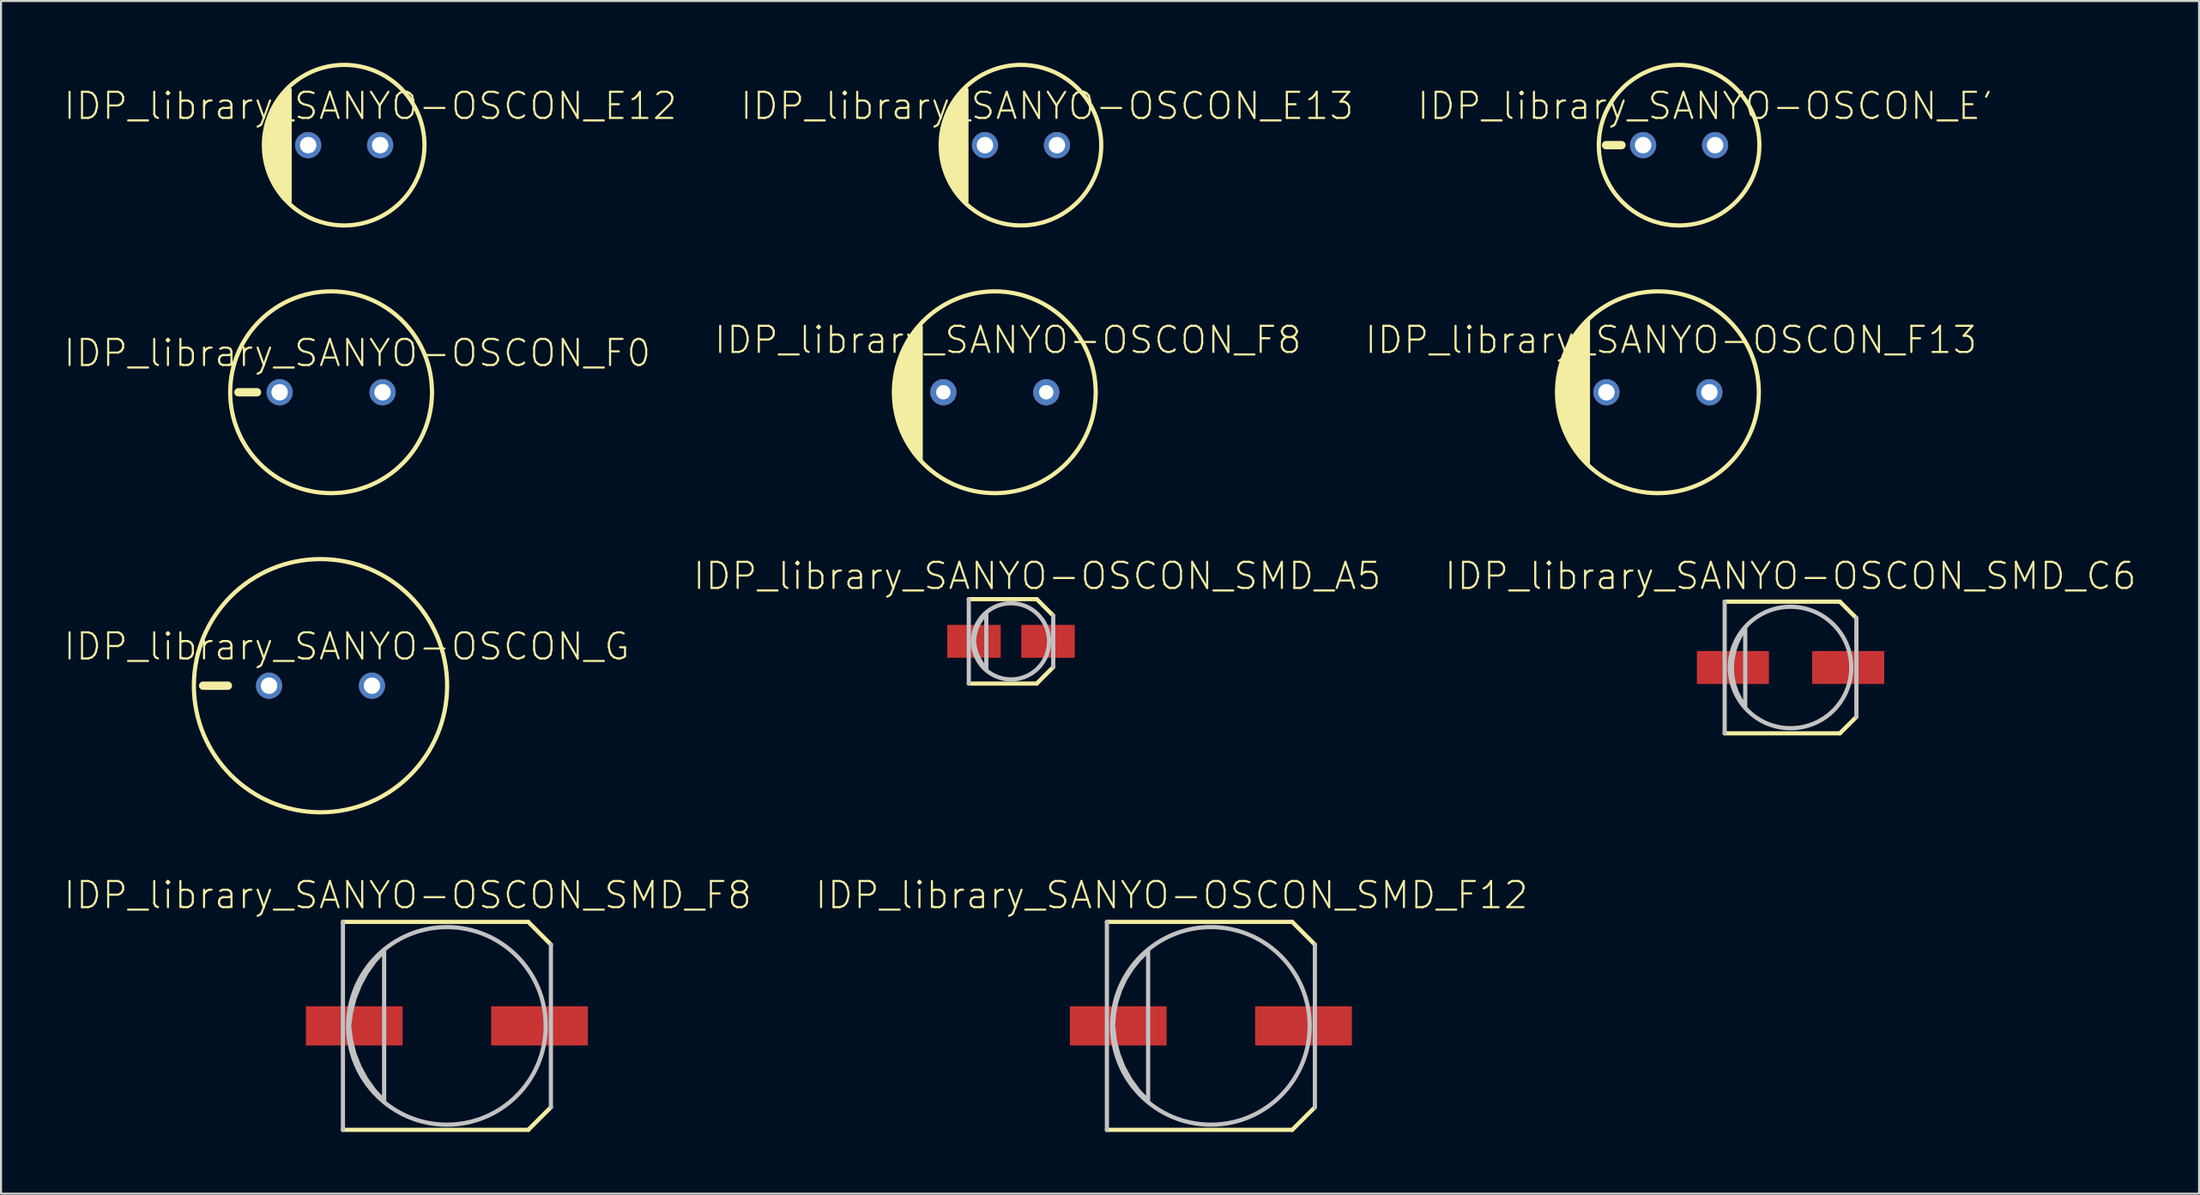
<source format=kicad_pcb>
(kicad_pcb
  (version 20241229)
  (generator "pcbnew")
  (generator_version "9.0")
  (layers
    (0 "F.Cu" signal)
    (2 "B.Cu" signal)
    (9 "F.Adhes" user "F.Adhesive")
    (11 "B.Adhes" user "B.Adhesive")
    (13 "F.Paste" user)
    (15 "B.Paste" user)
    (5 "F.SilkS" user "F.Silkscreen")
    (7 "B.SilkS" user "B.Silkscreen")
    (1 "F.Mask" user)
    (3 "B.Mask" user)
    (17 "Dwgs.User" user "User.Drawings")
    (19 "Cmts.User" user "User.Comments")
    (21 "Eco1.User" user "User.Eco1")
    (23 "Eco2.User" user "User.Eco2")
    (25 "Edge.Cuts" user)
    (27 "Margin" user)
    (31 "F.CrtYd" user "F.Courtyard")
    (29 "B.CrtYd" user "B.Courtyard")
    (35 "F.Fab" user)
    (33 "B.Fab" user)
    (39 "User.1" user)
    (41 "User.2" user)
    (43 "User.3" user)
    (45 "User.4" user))
  (footprint "IDP_library_SANYO-OSCON_G"
    (layer "F.Cu")
    (at 12.514 30.254)
    (property "Reference" "IDP_library_SANYO-OSCON_G" (at 1.27 -1.905 0) (layer "F.SilkS") (effects (font (size 1.27 1.27) (thickness 0.102))))
    (attr exclude_from_pos_files exclude_from_bom)
    (fp_line (start -4.498 0) (end -5.7 0) (stroke (width 0.406) (type solid)) (layer "F.SilkS"))
    (fp_circle (center 0 0) (end 0 -6.149) (stroke (width 0.203) (type solid)) (fill no) (layer "F.SilkS"))
    (pad "+" thru_hole circle (at 2.499 0) (size 1.27 1.27) (drill 0.798) (layers "*.Cu" "*.Paste" "*.Mask"))
    (pad "-" thru_hole circle (at -2.499 0) (size 1.27 1.27) (drill 0.798) (layers "*.Cu" "*.Paste" "*.Mask")))
  (footprint "IDP_library_SANYO-OSCON_SMD_F12"
    (layer "F.Cu")
    (at 55.751 46.777)
    (property "Reference" "IDP_library_SANYO-OSCON_SMD_F12" (at -1.905 -6.35 0) (layer "F.SilkS") (effects (font (size 1.27 1.27) (thickness 0.102))))
    (attr smd)
    (fp_line (start -5.05 -5.05) (end 3.95 -5.05) (stroke (width 0.203) (type solid)) (layer "F.SilkS"))
    (fp_line (start 3.95 -5.05) (end 5.05 -3.95) (stroke (width 0.203) (type solid)) (layer "F.SilkS"))
    (fp_line (start 3.95 5.05) (end -5.05 5.05) (stroke (width 0.203) (type solid)) (layer "F.SilkS"))
    (fp_line (start 5.05 3.95) (end 3.95 5.05) (stroke (width 0.203) (type solid)) (layer "F.SilkS"))
    (fp_line (start -5.05 5.05) (end -5.05 -5.05) (stroke (width 0.203) (type solid)) (layer "Dwgs.User"))
    (fp_line (start 5.05 -3.95) (end 5.05 3.95) (stroke (width 0.203) (type solid)) (layer "Dwgs.User"))
    (fp_circle (center 0 0) (end 0 -4.798) (stroke (width 0.203) (type solid)) (fill no) (layer "Dwgs.User"))
    (fp_poly (pts (xy -3.048 3.65) (xy -3.048 -3.65) (xy -3.475 -3.236) (xy -3.846 -2.774) (xy -4.161 -2.271) (xy -4.409 -1.735) (xy -4.592 -1.171) (xy -4.707 -0.589) (xy -4.75 0) (xy -4.669 0.681) (xy -4.503 1.349) (xy -4.255 1.989) (xy -3.924 2.593) (xy -3.52 3.15) (xy -3.048 3.65)) (stroke (width 0.203) (type solid)) (fill no) (layer "Dwgs.User"))
    (pad "+" smd rect (at 4.498 0) (size 4.699 1.9) (layers "F.Cu" "F.Mask" "F.Paste"))
    (pad "-" smd rect (at -4.498 0) (size 4.699 1.9) (layers "F.Cu" "F.Mask" "F.Paste")))
  (footprint "IDP_library_SANYO-OSCON_F0"
    (layer "F.Cu")
    (at 13.028 16.002)
    (property "Reference" "IDP_library_SANYO-OSCON_F0" (at 1.27 -1.905 0) (layer "F.SilkS") (effects (font (size 1.27 1.27) (thickness 0.102))))
    (attr exclude_from_pos_files exclude_from_bom)
    (fp_line (start -4.498 0) (end -3.599 0) (stroke (width 0.406) (type solid)) (layer "F.SilkS"))
    (fp_circle (center 0 0) (end 0 -4.9) (stroke (width 0.203) (type solid)) (fill no) (layer "F.SilkS"))
    (pad "+" thru_hole circle (at 2.499 0) (size 1.27 1.27) (drill 0.798) (layers "*.Cu" "*.Paste" "*.Mask"))
    (pad "-" thru_hole circle (at -2.499 0) (size 1.27 1.27) (drill 0.798) (layers "*.Cu" "*.Paste" "*.Mask")))
  (footprint "IDP_library_SANYO-OSCON_E12"
    (layer "F.Cu")
    (at 13.663 4)
    (property "Reference" "IDP_library_SANYO-OSCON_E12" (at 1.27 -1.905 0) (layer "F.SilkS") (effects (font (size 1.27 1.27) (thickness 0.102))))
    (attr exclude_from_pos_files exclude_from_bom)
    (fp_circle (center 0 0) (end 0 -3.899) (stroke (width 0.203) (type solid)) (fill no) (layer "F.SilkS"))
    (fp_poly (pts (xy -2.649 -2.697) (xy -2.649 2.748) (xy -2.974 2.36) (xy -3.249 1.933) (xy -3.472 1.478) (xy -3.64 0.998) (xy -3.749 0.503) (xy -3.8 0) (xy -3.749 -0.495) (xy -3.64 -0.983) (xy -3.472 -1.455) (xy -3.249 -1.902) (xy -2.972 -2.319) (xy -2.649 -2.697)) (stroke (width 0.203) (type solid)) (fill yes) (layer "F.SilkS"))
    (pad "+" thru_hole circle (at 1.748 0) (size 1.27 1.27) (drill 0.798) (layers "*.Cu" "*.Paste" "*.Mask"))
    (pad "-" thru_hole circle (at -1.748 0) (size 1.27 1.27) (drill 0.798) (layers "*.Cu" "*.Paste" "*.Mask")))
  (footprint "IDP_library_SANYO-OSCON_E13"
    (layer "F.Cu")
    (at 46.528 4)
    (property "Reference" "IDP_library_SANYO-OSCON_E13" (at 1.27 -1.905 0) (layer "F.SilkS") (effects (font (size 1.27 1.27) (thickness 0.102))))
    (attr exclude_from_pos_files exclude_from_bom)
    (fp_circle (center 0 0) (end 0 -3.899) (stroke (width 0.203) (type solid)) (fill no) (layer "F.SilkS"))
    (fp_poly (pts (xy -2.649 -2.697) (xy -2.649 2.748) (xy -2.974 2.36) (xy -3.249 1.933) (xy -3.472 1.478) (xy -3.64 0.998) (xy -3.749 0.503) (xy -3.8 0) (xy -3.749 -0.495) (xy -3.64 -0.983) (xy -3.472 -1.455) (xy -3.249 -1.902) (xy -2.972 -2.319) (xy -2.649 -2.697)) (stroke (width 0.203) (type solid)) (fill yes) (layer "F.SilkS"))
    (pad "+" thru_hole circle (at 1.748 0) (size 1.27 1.27) (drill 0.798) (layers "*.Cu" "*.Paste" "*.Mask"))
    (pad "-" thru_hole circle (at -1.748 0) (size 1.27 1.27) (drill 0.798) (layers "*.Cu" "*.Paste" "*.Mask")))
  (footprint "IDP_library_SANYO-OSCON_E'"
    (layer "F.Cu")
    (at 78.487 4)
    (property "Reference" "IDP_library_SANYO-OSCON_E'" (at 1.27 -1.905 0) (layer "F.SilkS") (effects (font (size 1.27 1.27) (thickness 0.102))))
    (attr exclude_from_pos_files exclude_from_bom)
    (fp_line (start -3.548 0) (end -2.799 0) (stroke (width 0.406) (type solid)) (layer "F.SilkS"))
    (fp_circle (center 0 0) (end 0 -3.899) (stroke (width 0.203) (type solid)) (fill no) (layer "F.SilkS"))
    (pad "+" thru_hole circle (at 1.748 0) (size 1.27 1.27) (drill 0.798) (layers "*.Cu" "*.Paste" "*.Mask"))
    (pad "-" thru_hole circle (at -1.748 0) (size 1.27 1.27) (drill 0.798) (layers "*.Cu" "*.Paste" "*.Mask")))
  (footprint "IDP_library_SANYO-OSCON_SMD_C6"
    (layer "F.Cu")
    (at 83.899 29.37)
    (property "Reference" "IDP_library_SANYO-OSCON_SMD_C6" (at 0 -4.445 0) (layer "F.SilkS") (effects (font (size 1.27 1.27) (thickness 0.102))))
    (attr smd)
    (fp_line (start -3.198 -3.198) (end 2.398 -3.198) (stroke (width 0.203) (type solid)) (layer "F.SilkS"))
    (fp_line (start 2.398 -3.198) (end 3.198 -2.398) (stroke (width 0.203) (type solid)) (layer "F.SilkS"))
    (fp_line (start 2.398 3.198) (end -3.198 3.198) (stroke (width 0.203) (type solid)) (layer "F.SilkS"))
    (fp_line (start 3.198 2.398) (end 2.398 3.198) (stroke (width 0.203) (type solid)) (layer "F.SilkS"))
    (fp_line (start -3.198 3.198) (end -3.198 -3.198) (stroke (width 0.203) (type solid)) (layer "Dwgs.User"))
    (fp_line (start 3.198 -2.398) (end 3.198 2.398) (stroke (width 0.203) (type solid)) (layer "Dwgs.User"))
    (fp_circle (center 0 0) (end 0 -2.949) (stroke (width 0.203) (type solid)) (fill no) (layer "Dwgs.User"))
    (fp_poly (pts (xy -2.2 -1.9) (xy -2.2 1.9) (xy -2.431 1.562) (xy -2.614 1.196) (xy -2.748 0.808) (xy -2.827 0.406) (xy -2.85 0) (xy -2.817 -0.406) (xy -2.736 -0.805) (xy -2.603 -1.191) (xy -2.423 -1.557) (xy -2.2 -1.9)) (stroke (width 0.203) (type solid)) (fill no) (layer "Dwgs.User"))
    (pad "+" smd rect (at 2.799 0) (size 3.498 1.598) (layers "F.Cu" "F.Mask" "F.Paste"))
    (pad "-" smd rect (at -2.799 0) (size 3.498 1.598) (layers "F.Cu" "F.Mask" "F.Paste")))
  (footprint "IDP_library_SANYO-OSCON_F8"
    (layer "F.Cu")
    (at 45.258 16.002)
    (property "Reference" "IDP_library_SANYO-OSCON_F8" (at 0.635 -2.54 0) (layer "F.SilkS") (effects (font (size 1.27 1.27) (thickness 0.102))))
    (attr exclude_from_pos_files exclude_from_bom)
    (fp_circle (center 0 0) (end 0 -4.9) (stroke (width 0.203) (type solid)) (fill no) (layer "F.SilkS"))
    (fp_poly (pts (xy -3.599 -3.198) (xy -3.599 3.249) (xy -3.965 2.784) (xy -4.272 2.276) (xy -4.519 1.737) (xy -4.696 1.171) (xy -4.808 0.589) (xy -4.849 0) (xy -4.808 -0.582) (xy -4.696 -1.156) (xy -4.519 -1.714) (xy -4.272 -2.245) (xy -3.965 -2.743) (xy -3.599 -3.198)) (stroke (width 0.203) (type solid)) (fill yes) (layer "F.SilkS"))
    (pad "+" thru_hole circle (at 2.499 0) (size 1.27 1.27) (drill 0.699) (layers "*.Cu" "*.Paste" "*.Mask"))
    (pad "-" thru_hole circle (at -2.499 0) (size 1.27 1.27) (drill 0.699) (layers "*.Cu" "*.Paste" "*.Mask")))
  (footprint "IDP_library_SANYO-OSCON_SMD_A5"
    (layer "F.Cu")
    (at 46.045 28.1)
    (property "Reference" "IDP_library_SANYO-OSCON_SMD_A5" (at 1.27 -3.175 0) (layer "F.SilkS") (effects (font (size 1.27 1.27) (thickness 0.102))))
    (attr smd)
    (fp_line (start -2.05 -2.05) (end 1.25 -2.05) (stroke (width 0.203) (type solid)) (layer "F.SilkS"))
    (fp_line (start 1.25 -2.05) (end 2.05 -1.25) (stroke (width 0.203) (type solid)) (layer "F.SilkS"))
    (fp_line (start 1.25 2.05) (end -2.05 2.05) (stroke (width 0.203) (type solid)) (layer "F.SilkS"))
    (fp_line (start 2.05 1.25) (end 1.25 2.05) (stroke (width 0.203) (type solid)) (layer "F.SilkS"))
    (fp_line (start -2.05 2.05) (end -2.05 -2.05) (stroke (width 0.203) (type solid)) (layer "Dwgs.User"))
    (fp_line (start 2.05 -1.25) (end 2.05 1.25) (stroke (width 0.203) (type solid)) (layer "Dwgs.User"))
    (fp_circle (center 0 0) (end 0 -1.849) (stroke (width 0.203) (type solid)) (fill no) (layer "Dwgs.User"))
    (fp_poly (pts (xy -1.199 1.349) (xy -1.199 -1.349) (xy -1.402 -1.123) (xy -1.565 -0.869) (xy -1.689 -0.592) (xy -1.768 -0.3) (xy -1.798 0) (xy -1.755 0.297) (xy -1.671 0.587) (xy -1.549 0.861) (xy -1.389 1.118) (xy -1.199 1.349)) (stroke (width 0.203) (type solid)) (fill no) (layer "Dwgs.User"))
    (pad "+" smd rect (at 1.798 0) (size 2.598 1.598) (layers "F.Cu" "F.Mask" "F.Paste"))
    (pad "-" smd rect (at -1.798 0) (size 2.598 1.598) (layers "F.Cu" "F.Mask" "F.Paste")))
  (footprint "IDP_library_SANYO-OSCON_F13"
    (layer "F.Cu")
    (at 77.459 16.002)
    (property "Reference" "IDP_library_SANYO-OSCON_F13" (at 0.635 -2.54 0) (layer "F.SilkS") (effects (font (size 1.27 1.27) (thickness 0.102))))
    (attr exclude_from_pos_files exclude_from_bom)
    (fp_circle (center 0 0) (end 0 -4.9) (stroke (width 0.203) (type solid)) (fill no) (layer "F.SilkS"))
    (fp_poly (pts (xy -3.399 -3.449) (xy -3.399 3.399) (xy -3.805 2.918) (xy -4.15 2.393) (xy -4.432 1.829) (xy -4.643 1.237) (xy -4.783 0.625) (xy -4.849 0) (xy -4.788 -0.632) (xy -4.651 -1.255) (xy -4.44 -1.857) (xy -4.158 -2.428) (xy -3.81 -2.962) (xy -3.399 -3.449)) (stroke (width 0.203) (type solid)) (fill yes) (layer "F.SilkS"))
    (pad "+" thru_hole circle (at 2.499 0) (size 1.27 1.27) (drill 0.798) (layers "*.Cu" "*.Paste" "*.Mask"))
    (pad "-" thru_hole circle (at -2.499 0) (size 1.27 1.27) (drill 0.798) (layers "*.Cu" "*.Paste" "*.Mask")))
  (footprint "IDP_library_SANYO-OSCON_SMD_F8"
    (layer "F.Cu")
    (at 18.652 46.777)
    (property "Reference" "IDP_library_SANYO-OSCON_SMD_F8" (at -1.905 -6.35 0) (layer "F.SilkS") (effects (font (size 1.27 1.27) (thickness 0.102))))
    (attr smd)
    (fp_line (start -5.05 -5.05) (end 3.95 -5.05) (stroke (width 0.203) (type solid)) (layer "F.SilkS"))
    (fp_line (start 3.95 -5.05) (end 5.05 -3.95) (stroke (width 0.203) (type solid)) (layer "F.SilkS"))
    (fp_line (start 3.95 5.05) (end -5.05 5.05) (stroke (width 0.203) (type solid)) (layer "F.SilkS"))
    (fp_line (start 5.05 3.95) (end 3.95 5.05) (stroke (width 0.203) (type solid)) (layer "F.SilkS"))
    (fp_line (start -5.05 5.05) (end -5.05 -5.05) (stroke (width 0.203) (type solid)) (layer "Dwgs.User"))
    (fp_line (start 5.05 -3.95) (end 5.05 3.95) (stroke (width 0.203) (type solid)) (layer "Dwgs.User"))
    (fp_circle (center 0 0) (end 0 -4.798) (stroke (width 0.203) (type solid)) (fill no) (layer "Dwgs.User"))
    (fp_poly (pts (xy -3.048 3.65) (xy -3.048 -3.65) (xy -3.51 -3.142) (xy -3.907 -2.581) (xy -4.232 -1.979) (xy -4.483 -1.341) (xy -4.656 -0.678) (xy -4.75 0) (xy -4.663 0.681) (xy -4.496 1.346) (xy -4.244 1.986) (xy -3.917 2.588) (xy -3.515 3.145) (xy -3.048 3.65)) (stroke (width 0.203) (type solid)) (fill no) (layer "Dwgs.User"))
    (pad "+" smd rect (at 4.498 0) (size 4.699 1.9) (layers "F.Cu" "F.Mask" "F.Paste"))
    (pad "-" smd rect (at -4.498 0) (size 4.699 1.9) (layers "F.Cu" "F.Mask" "F.Paste")))
  (gr_rect
    (start -3 -3)
    (end 103.737 54.928)
    (stroke (width 0.1) (type default))
    (fill no)
    (layer "Edge.Cuts")))
</source>
